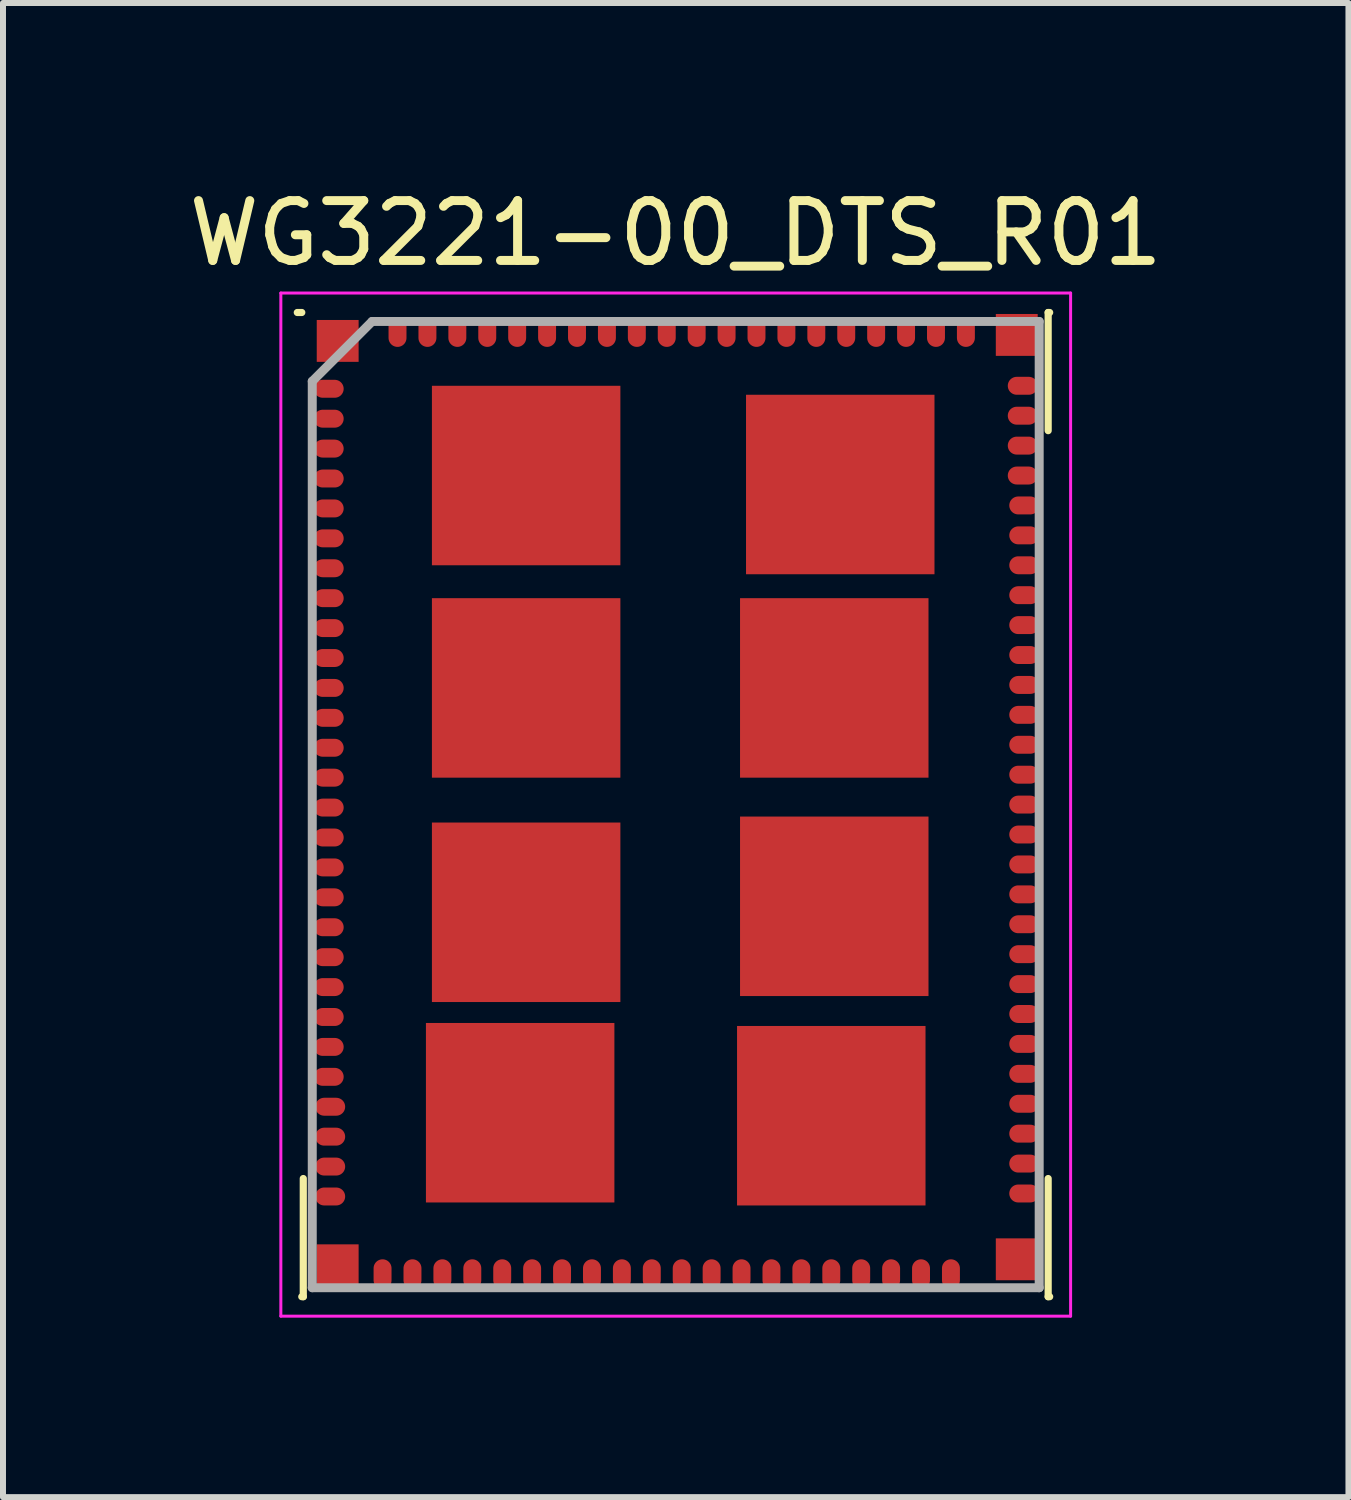
<source format=kicad_pcb>
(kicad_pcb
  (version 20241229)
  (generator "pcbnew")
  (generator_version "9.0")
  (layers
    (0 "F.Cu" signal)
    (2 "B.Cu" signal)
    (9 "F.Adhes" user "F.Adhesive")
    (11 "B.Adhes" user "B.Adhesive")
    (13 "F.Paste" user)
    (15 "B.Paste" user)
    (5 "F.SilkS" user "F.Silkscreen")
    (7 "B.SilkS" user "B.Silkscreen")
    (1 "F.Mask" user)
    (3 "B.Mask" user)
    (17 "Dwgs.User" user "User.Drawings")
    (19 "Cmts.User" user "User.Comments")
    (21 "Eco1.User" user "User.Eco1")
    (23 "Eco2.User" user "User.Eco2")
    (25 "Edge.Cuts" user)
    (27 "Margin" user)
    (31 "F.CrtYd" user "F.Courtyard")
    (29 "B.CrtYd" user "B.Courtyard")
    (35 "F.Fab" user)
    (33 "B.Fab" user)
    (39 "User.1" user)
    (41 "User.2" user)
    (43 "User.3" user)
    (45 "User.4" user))
  (footprint "WG3221-00_DTS_R01"
    (layer "F.Cu")
    (at 8.244 10.398)
    (property "Reference" "WG3221-00_DTS_R01" (at 0 -9.55 0) (layer "F.SilkS") (effects (font (size 1 1) (thickness 0.15))))
    (attr smd)
    (fp_line (start -6.25 -8.225) (end -6.325 -8.225) (stroke (width 0.12) (type default)) (layer "F.SilkS"))
    (fp_line (start -6.25 8.225) (end -6.225 8.225) (stroke (width 0.12) (type default)) (layer "F.SilkS"))
    (fp_line (start -6.225 8.225) (end -6.225 6.25) (stroke (width 0.12) (type default)) (layer "F.SilkS"))
    (fp_line (start 6.225 -8.225) (end 6.225 -6.25) (stroke (width 0.12) (type default)) (layer "F.SilkS"))
    (fp_line (start 6.225 8.225) (end 6.225 6.25) (stroke (width 0.12) (type default)) (layer "F.SilkS"))
    (fp_line (start 6.25 -8.225) (end 6.225 -8.225) (stroke (width 0.12) (type default)) (layer "F.SilkS"))
    (fp_line (start 6.25 8.225) (end 6.225 8.225) (stroke (width 0.12) (type default)) (layer "F.SilkS"))
    (fp_line (start -6.6 -8.55) (end 6.6 -8.55) (stroke (width 0.05) (type default)) (layer "F.CrtYd"))
    (fp_line (start -6.6 8.55) (end -6.6 -8.55) (stroke (width 0.05) (type default)) (layer "F.CrtYd"))
    (fp_line (start 6.6 -8.55) (end 6.6 8.55) (stroke (width 0.05) (type default)) (layer "F.CrtYd"))
    (fp_line (start 6.6 8.55) (end -6.6 8.55) (stroke (width 0.05) (type default)) (layer "F.CrtYd"))
    (fp_line (start -6.075 -7.075) (end -6.075 8.075) (stroke (width 0.15) (type default)) (layer "F.Fab"))
    (fp_line (start -6.075 8.075) (end 6.075 8.075) (stroke (width 0.15) (type default)) (layer "F.Fab"))
    (fp_line (start -5.075 -8.075) (end -6.075 -7.075) (stroke (width 0.15) (type default)) (layer "F.Fab"))
    (fp_line (start 6.075 -8.075) (end -5.075 -8.075) (stroke (width 0.15) (type default)) (layer "F.Fab"))
    (fp_line (start 6.075 8.075) (end 6.075 -8.075) (stroke (width 0.15) (type default)) (layer "F.Fab"))
    (pad "1" smd oval (at -5.8 -6.95 90) (size 0.3 0.5) (layers "F.Cu" "F.Mask" "F.Paste"))
    (pad "2" smd oval (at -5.8 -6.45 90) (size 0.3 0.5) (layers "F.Cu" "F.Mask" "F.Paste"))
    (pad "3" smd oval (at -5.8 -5.95 90) (size 0.3 0.5) (layers "F.Cu" "F.Mask" "F.Paste"))
    (pad "4" smd oval (at -5.8 -5.45 90) (size 0.3 0.5) (layers "F.Cu" "F.Mask" "F.Paste"))
    (pad "5" smd oval (at -5.8 -4.95 90) (size 0.3 0.5) (layers "F.Cu" "F.Mask" "F.Paste"))
    (pad "6" smd oval (at -5.8 -4.45 90) (size 0.3 0.5) (layers "F.Cu" "F.Mask" "F.Paste"))
    (pad "7" smd oval (at -5.8 -3.95 90) (size 0.3 0.5) (layers "F.Cu" "F.Mask" "F.Paste"))
    (pad "8" smd oval (at -5.8 -3.45 90) (size 0.3 0.5) (layers "F.Cu" "F.Mask" "F.Paste"))
    (pad "9" smd oval (at -5.8 -2.95 90) (size 0.3 0.5) (layers "F.Cu" "F.Mask" "F.Paste"))
    (pad "10" smd oval (at -5.8 -2.45 90) (size 0.3 0.5) (layers "F.Cu" "F.Mask" "F.Paste"))
    (pad "11" smd oval (at -5.8 -1.95 90) (size 0.3 0.5) (layers "F.Cu" "F.Mask" "F.Paste"))
    (pad "12" smd oval (at -5.8 -1.45 90) (size 0.3 0.5) (layers "F.Cu" "F.Mask" "F.Paste"))
    (pad "13" smd oval (at -5.8 -0.95 90) (size 0.3 0.5) (layers "F.Cu" "F.Mask" "F.Paste"))
    (pad "14" smd oval (at -5.8 -0.45 90) (size 0.3 0.5) (layers "F.Cu" "F.Mask" "F.Paste"))
    (pad "15" smd oval (at -5.8 0.05 90) (size 0.3 0.5) (layers "F.Cu" "F.Mask" "F.Paste"))
    (pad "16" smd oval (at -5.8 0.55 90) (size 0.3 0.5) (layers "F.Cu" "F.Mask" "F.Paste"))
    (pad "17" smd oval (at -5.8 1.05 90) (size 0.3 0.5) (layers "F.Cu" "F.Mask" "F.Paste"))
    (pad "18" smd oval (at -5.8 1.55 90) (size 0.3 0.5) (layers "F.Cu" "F.Mask" "F.Paste"))
    (pad "19" smd oval (at -5.8 2.05 90) (size 0.3 0.5) (layers "F.Cu" "F.Mask" "F.Paste"))
    (pad "20" smd oval (at -5.8 2.55 90) (size 0.3 0.5) (layers "F.Cu" "F.Mask" "F.Paste"))
    (pad "21" smd oval (at -5.8 3.05 90) (size 0.3 0.5) (layers "F.Cu" "F.Mask" "F.Paste"))
    (pad "22" smd oval (at -5.8 3.55 90) (size 0.3 0.5) (layers "F.Cu" "F.Mask" "F.Paste"))
    (pad "23" smd oval (at -5.8 4.05 90) (size 0.3 0.5) (layers "F.Cu" "F.Mask" "F.Paste"))
    (pad "24" smd oval (at -5.8 4.55 90) (size 0.3 0.5) (layers "F.Cu" "F.Mask" "F.Paste"))
    (pad "25" smd oval (at -5.775 5.05 270) (size 0.3 0.5) (layers "F.Cu" "F.Mask" "F.Paste"))
    (pad "26" smd oval (at -5.775 5.55 270) (size 0.3 0.5) (layers "F.Cu" "F.Mask" "F.Paste"))
    (pad "27" smd oval (at -5.775 6.05 270) (size 0.3 0.5) (layers "F.Cu" "F.Mask" "F.Paste"))
    (pad "28" smd oval (at -5.775 6.55 270) (size 0.3 0.5) (layers "F.Cu" "F.Mask" "F.Paste"))
    (pad "29" smd oval (at -4.9 7.85) (size 0.3 0.5) (layers "F.Cu" "F.Mask" "F.Paste"))
    (pad "30" smd oval (at -4.4 7.85) (size 0.3 0.5) (layers "F.Cu" "F.Mask" "F.Paste"))
    (pad "31" smd oval (at -3.9 7.85) (size 0.3 0.5) (layers "F.Cu" "F.Mask" "F.Paste"))
    (pad "32" smd oval (at -3.4 7.85) (size 0.3 0.5) (layers "F.Cu" "F.Mask" "F.Paste"))
    (pad "33" smd oval (at -2.9 7.85) (size 0.3 0.5) (layers "F.Cu" "F.Mask" "F.Paste"))
    (pad "34" smd oval (at -2.4 7.85) (size 0.3 0.5) (layers "F.Cu" "F.Mask" "F.Paste"))
    (pad "35" smd oval (at -1.9 7.85) (size 0.3 0.5) (layers "F.Cu" "F.Mask" "F.Paste"))
    (pad "36" smd oval (at -1.4 7.85) (size 0.3 0.5) (layers "F.Cu" "F.Mask" "F.Paste"))
    (pad "37" smd oval (at -0.9 7.85) (size 0.3 0.5) (layers "F.Cu" "F.Mask" "F.Paste"))
    (pad "38" smd oval (at -0.4 7.85) (size 0.3 0.5) (layers "F.Cu" "F.Mask" "F.Paste"))
    (pad "39" smd oval (at 0.1 7.85) (size 0.3 0.5) (layers "F.Cu" "F.Mask" "F.Paste"))
    (pad "40" smd oval (at 0.6 7.85) (size 0.3 0.5) (layers "F.Cu" "F.Mask" "F.Paste"))
    (pad "41" smd oval (at 1.1 7.85) (size 0.3 0.5) (layers "F.Cu" "F.Mask" "F.Paste"))
    (pad "42" smd oval (at 1.6 7.85) (size 0.3 0.5) (layers "F.Cu" "F.Mask" "F.Paste"))
    (pad "43" smd oval (at 2.1 7.85) (size 0.3 0.5) (layers "F.Cu" "F.Mask" "F.Paste"))
    (pad "44" smd oval (at 2.6 7.85) (size 0.3 0.5) (layers "F.Cu" "F.Mask" "F.Paste"))
    (pad "45" smd oval (at 3.1 7.85) (size 0.3 0.5) (layers "F.Cu" "F.Mask" "F.Paste"))
    (pad "46" smd oval (at 3.6 7.85) (size 0.3 0.5) (layers "F.Cu" "F.Mask" "F.Paste"))
    (pad "47" smd oval (at 4.1 7.85) (size 0.3 0.5) (layers "F.Cu" "F.Mask" "F.Paste"))
    (pad "48" smd oval (at 4.6 7.85) (size 0.3 0.5) (layers "F.Cu" "F.Mask" "F.Paste"))
    (pad "49" smd oval (at 5.825 6.5 90) (size 0.3 0.5) (layers "F.Cu" "F.Mask" "F.Paste"))
    (pad "50" smd oval (at 5.825 6 90) (size 0.3 0.5) (layers "F.Cu" "F.Mask" "F.Paste"))
    (pad "51" smd oval (at 5.825 5.5 90) (size 0.3 0.5) (layers "F.Cu" "F.Mask" "F.Paste"))
    (pad "52" smd oval (at 5.825 5 90) (size 0.3 0.5) (layers "F.Cu" "F.Mask" "F.Paste"))
    (pad "53" smd oval (at 5.825 4.5 90) (size 0.3 0.5) (layers "F.Cu" "F.Mask" "F.Paste"))
    (pad "54" smd oval (at 5.825 4 90) (size 0.3 0.5) (layers "F.Cu" "F.Mask" "F.Paste"))
    (pad "55" smd oval (at 5.825 3.5 90) (size 0.3 0.5) (layers "F.Cu" "F.Mask" "F.Paste"))
    (pad "56" smd oval (at 5.825 3 90) (size 0.3 0.5) (layers "F.Cu" "F.Mask" "F.Paste"))
    (pad "57" smd oval (at 5.825 2.5 90) (size 0.3 0.5) (layers "F.Cu" "F.Mask" "F.Paste"))
    (pad "58" smd oval (at 5.825 2 90) (size 0.3 0.5) (layers "F.Cu" "F.Mask" "F.Paste"))
    (pad "59" smd oval (at 5.825 1.5 90) (size 0.3 0.5) (layers "F.Cu" "F.Mask" "F.Paste"))
    (pad "60" smd oval (at 5.825 1 90) (size 0.3 0.5) (layers "F.Cu" "F.Mask" "F.Paste"))
    (pad "61" smd oval (at 5.825 0.5 90) (size 0.3 0.5) (layers "F.Cu" "F.Mask" "F.Paste"))
    (pad "62" smd oval (at 5.825 0 90) (size 0.3 0.5) (layers "F.Cu" "F.Mask" "F.Paste"))
    (pad "63" smd oval (at 5.825 -0.5 90) (size 0.3 0.5) (layers "F.Cu" "F.Mask" "F.Paste"))
    (pad "64" smd oval (at 5.825 -1 90) (size 0.3 0.5) (layers "F.Cu" "F.Mask" "F.Paste"))
    (pad "65" smd oval (at 5.825 -1.5 90) (size 0.3 0.5) (layers "F.Cu" "F.Mask" "F.Paste"))
    (pad "66" smd oval (at 5.825 -2 90) (size 0.3 0.5) (layers "F.Cu" "F.Mask" "F.Paste"))
    (pad "67" smd oval (at 5.825 -2.5 90) (size 0.3 0.5) (layers "F.Cu" "F.Mask" "F.Paste"))
    (pad "68" smd oval (at 5.825 -3 90) (size 0.3 0.5) (layers "F.Cu" "F.Mask" "F.Paste"))
    (pad "69" smd oval (at 5.825 -3.5 90) (size 0.3 0.5) (layers "F.Cu" "F.Mask" "F.Paste"))
    (pad "70" smd oval (at 5.825 -4 90) (size 0.3 0.5) (layers "F.Cu" "F.Mask" "F.Paste"))
    (pad "71" smd oval (at 5.825 -4.5 90) (size 0.3 0.5) (layers "F.Cu" "F.Mask" "F.Paste"))
    (pad "72" smd oval (at 5.825 -5 90) (size 0.3 0.5) (layers "F.Cu" "F.Mask" "F.Paste"))
    (pad "73" smd oval (at 5.8 -5.5 270) (size 0.3 0.5) (layers "F.Cu" "F.Mask" "F.Paste"))
    (pad "74" smd oval (at 5.8 -6 270) (size 0.3 0.5) (layers "F.Cu" "F.Mask" "F.Paste"))
    (pad "75" smd oval (at 5.8 -6.5 270) (size 0.3 0.5) (layers "F.Cu" "F.Mask" "F.Paste"))
    (pad "76" smd oval (at 5.8 -7 270) (size 0.3 0.5) (layers "F.Cu" "F.Mask" "F.Paste"))
    (pad "77" smd oval (at 4.85 -7.9) (size 0.3 0.5) (layers "F.Cu" "F.Mask" "F.Paste"))
    (pad "78" smd oval (at 4.35 -7.9) (size 0.3 0.5) (layers "F.Cu" "F.Mask" "F.Paste"))
    (pad "79" smd oval (at 3.85 -7.9) (size 0.3 0.5) (layers "F.Cu" "F.Mask" "F.Paste"))
    (pad "80" smd oval (at 3.35 -7.9) (size 0.3 0.5) (layers "F.Cu" "F.Mask" "F.Paste"))
    (pad "81" smd oval (at 2.85 -7.9) (size 0.3 0.5) (layers "F.Cu" "F.Mask" "F.Paste"))
    (pad "82" smd oval (at 2.35 -7.9) (size 0.3 0.5) (layers "F.Cu" "F.Mask" "F.Paste"))
    (pad "83" smd oval (at 1.85 -7.9) (size 0.3 0.5) (layers "F.Cu" "F.Mask" "F.Paste"))
    (pad "84" smd oval (at 1.35 -7.9) (size 0.3 0.5) (layers "F.Cu" "F.Mask" "F.Paste"))
    (pad "85" smd oval (at 0.85 -7.9) (size 0.3 0.5) (layers "F.Cu" "F.Mask" "F.Paste"))
    (pad "86" smd oval (at 0.35 -7.9) (size 0.3 0.5) (layers "F.Cu" "F.Mask" "F.Paste"))
    (pad "87" smd oval (at -0.15 -7.9) (size 0.3 0.5) (layers "F.Cu" "F.Mask" "F.Paste"))
    (pad "88" smd oval (at -0.65 -7.9) (size 0.3 0.5) (layers "F.Cu" "F.Mask" "F.Paste"))
    (pad "89" smd oval (at -1.15 -7.9) (size 0.3 0.5) (layers "F.Cu" "F.Mask" "F.Paste"))
    (pad "90" smd oval (at -1.65 -7.9) (size 0.3 0.5) (layers "F.Cu" "F.Mask" "F.Paste"))
    (pad "91" smd oval (at -2.15 -7.9) (size 0.3 0.5) (layers "F.Cu" "F.Mask" "F.Paste"))
    (pad "92" smd oval (at -2.65 -7.9) (size 0.3 0.5) (layers "F.Cu" "F.Mask" "F.Paste"))
    (pad "93" smd oval (at -3.15 -7.9) (size 0.3 0.5) (layers "F.Cu" "F.Mask" "F.Paste"))
    (pad "94" smd oval (at -3.65 -7.9) (size 0.3 0.5) (layers "F.Cu" "F.Mask" "F.Paste"))
    (pad "95" smd oval (at -4.15 -7.9) (size 0.3 0.5) (layers "F.Cu" "F.Mask" "F.Paste"))
    (pad "96" smd oval (at -4.65 -7.9) (size 0.3 0.5) (layers "F.Cu" "F.Mask" "F.Paste"))
    (pad "97" smd rect (at -2.5 -5.5) (size 3.15 3) (layers "F.Cu" "F.Mask" "F.Paste"))
    (pad "97" smd rect (at 2.6 5.2) (size 3.15 3) (layers "F.Cu" "F.Mask" "F.Paste"))
    (pad "98" smd rect (at 2.75 -5.35) (size 3.15 3) (layers "F.Cu" "F.Mask" "F.Paste"))
    (pad "99" smd rect (at -2.5 -1.95) (size 3.15 3) (layers "F.Cu" "F.Mask" "F.Paste"))
    (pad "100" smd rect (at 2.65 -1.95) (size 3.15 3) (layers "F.Cu" "F.Mask" "F.Paste"))
    (pad "101" smd rect (at -2.5 1.8) (size 3.15 3) (layers "F.Cu" "F.Mask" "F.Paste"))
    (pad "102" smd rect (at 2.65 1.7) (size 3.15 3) (layers "F.Cu" "F.Mask" "F.Paste"))
    (pad "103" smd rect (at -2.6 5.15) (size 3.15 3) (layers "F.Cu" "F.Mask" "F.Paste"))
    (pad "105" smd rect (at -5.65 -7.75) (size 0.7 0.7) (layers "F.Cu" "F.Mask" "F.Paste"))
    (pad "106" smd rect (at -5.65 7.7) (size 0.7 0.7) (layers "F.Cu" "F.Mask" "F.Paste"))
    (pad "107" smd rect (at 5.7 7.6) (size 0.7 0.7) (layers "F.Cu" "F.Mask" "F.Paste"))
    (pad "108" smd rect (at 5.7 -7.85) (size 0.7 0.7) (layers "F.Cu" "F.Mask" "F.Paste")))
  (gr_rect
    (start -3 -3)
    (end 19.488 21.973)
    (stroke (width 0.1) (type default))
    (fill no)
    (layer "Edge.Cuts")))
</source>
